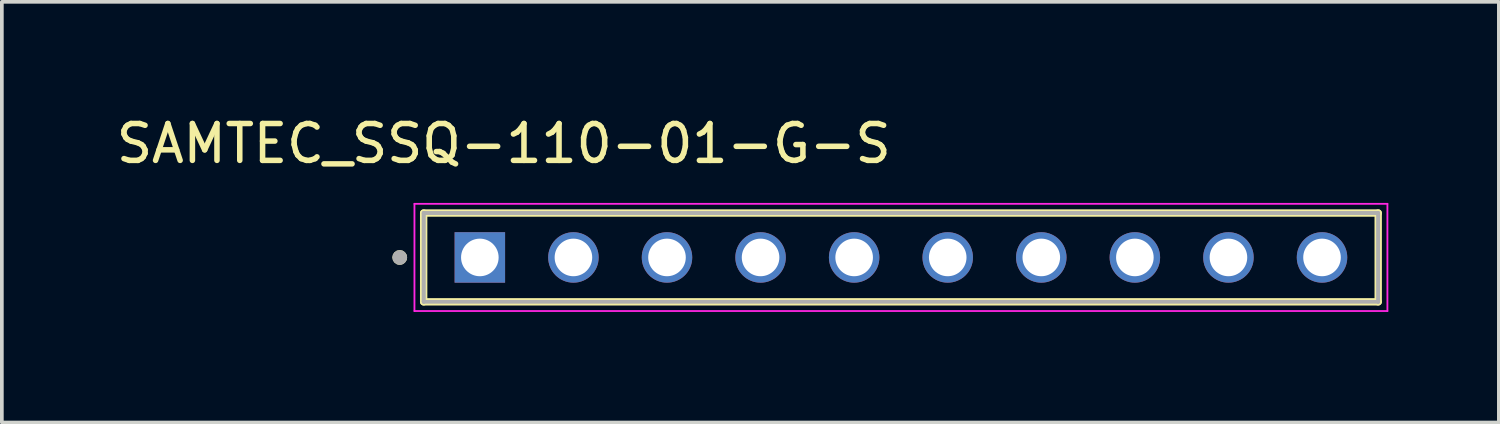
<source format=kicad_pcb>
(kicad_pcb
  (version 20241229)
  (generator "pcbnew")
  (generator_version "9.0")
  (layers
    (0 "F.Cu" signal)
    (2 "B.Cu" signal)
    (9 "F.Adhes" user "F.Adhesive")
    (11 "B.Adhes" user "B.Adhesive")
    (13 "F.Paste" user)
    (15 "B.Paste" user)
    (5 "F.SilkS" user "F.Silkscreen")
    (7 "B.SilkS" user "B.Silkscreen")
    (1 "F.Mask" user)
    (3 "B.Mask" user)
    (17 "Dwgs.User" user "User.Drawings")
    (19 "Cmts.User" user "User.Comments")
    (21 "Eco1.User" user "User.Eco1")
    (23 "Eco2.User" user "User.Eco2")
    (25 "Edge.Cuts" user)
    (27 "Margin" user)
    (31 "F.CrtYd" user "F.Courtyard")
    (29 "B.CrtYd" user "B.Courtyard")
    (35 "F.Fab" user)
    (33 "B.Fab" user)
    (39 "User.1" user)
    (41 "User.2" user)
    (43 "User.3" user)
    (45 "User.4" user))
  (footprint "SAMTEC_SSQ-110-01-G-S"
    (layer "F.Cu")
    (at 21.405 3.938)
    (property "Reference" "SAMTEC_SSQ-110-01-G-S" (at -10.78 -3.09 0) (layer "F.SilkS") (effects (font (size 1 1) (thickness 0.15))))
    (attr through_hole)
    (fp_line (start -12.955 1.205) (end -12.955 -1.205) (stroke (width 0.2) (type solid)) (layer "F.SilkS"))
    (fp_line (start 12.955 -1.205) (end -12.955 -1.205) (stroke (width 0.2) (type solid)) (layer "F.SilkS"))
    (fp_line (start 12.955 -1.205) (end 12.955 1.205) (stroke (width 0.2) (type solid)) (layer "F.SilkS"))
    (fp_line (start 12.955 1.205) (end -12.955 1.205) (stroke (width 0.2) (type solid)) (layer "F.SilkS"))
    (fp_circle (center -13.605 0) (end -13.505 0) (stroke (width 0.2) (type solid)) (fill no) (layer "F.SilkS"))
    (fp_line (start -13.205 -1.455) (end 13.205 -1.455) (stroke (width 0.05) (type solid)) (layer "F.CrtYd"))
    (fp_line (start -13.205 1.455) (end -13.205 -1.455) (stroke (width 0.05) (type solid)) (layer "F.CrtYd"))
    (fp_line (start 13.205 -1.455) (end 13.205 1.455) (stroke (width 0.05) (type solid)) (layer "F.CrtYd"))
    (fp_line (start 13.205 1.455) (end -13.205 1.455) (stroke (width 0.05) (type solid)) (layer "F.CrtYd"))
    (fp_line (start -12.955 -1.205) (end 12.955 -1.205) (stroke (width 0.1) (type solid)) (layer "F.Fab"))
    (fp_line (start -12.955 -1.205) (end 12.955 -1.205) (stroke (width 0.1) (type solid)) (layer "F.Fab"))
    (fp_line (start -12.955 1.205) (end -12.955 -1.205) (stroke (width 0.1) (type solid)) (layer "F.Fab"))
    (fp_line (start -12.955 1.205) (end -12.955 -1.205) (stroke (width 0.1) (type solid)) (layer "F.Fab"))
    (fp_line (start 12.955 -1.205) (end 12.955 1.205) (stroke (width 0.1) (type solid)) (layer "F.Fab"))
    (fp_line (start 12.955 -1.205) (end 12.955 1.205) (stroke (width 0.1) (type solid)) (layer "F.Fab"))
    (fp_line (start 12.955 1.205) (end -12.955 1.205) (stroke (width 0.1) (type solid)) (layer "F.Fab"))
    (fp_circle (center -13.605 0) (end -13.505 0) (stroke (width 0.2) (type solid)) (fill no) (layer "F.Fab"))
    (pad "01" thru_hole rect (at -11.43 0) (size 1.37 1.37) (drill 1.02) (layers "*.Cu" "*.Mask"))
    (pad "02" thru_hole circle (at -8.89 0) (size 1.37 1.37) (drill 1.02) (layers "*.Cu" "*.Mask"))
    (pad "03" thru_hole circle (at -6.35 0) (size 1.37 1.37) (drill 1.02) (layers "*.Cu" "*.Mask"))
    (pad "04" thru_hole circle (at -3.81 0) (size 1.37 1.37) (drill 1.02) (layers "*.Cu" "*.Mask"))
    (pad "05" thru_hole circle (at -1.27 0) (size 1.37 1.37) (drill 1.02) (layers "*.Cu" "*.Mask"))
    (pad "06" thru_hole circle (at 1.27 0) (size 1.37 1.37) (drill 1.02) (layers "*.Cu" "*.Mask"))
    (pad "07" thru_hole circle (at 3.81 0) (size 1.37 1.37) (drill 1.02) (layers "*.Cu" "*.Mask"))
    (pad "08" thru_hole circle (at 6.35 0) (size 1.37 1.37) (drill 1.02) (layers "*.Cu" "*.Mask"))
    (pad "09" thru_hole circle (at 8.89 0) (size 1.37 1.37) (drill 1.02) (layers "*.Cu" "*.Mask"))
    (pad "10" thru_hole circle (at 11.43 0) (size 1.37 1.37) (drill 1.02) (layers "*.Cu" "*.Mask")))
  (gr_rect
    (start -3 -3)
    (end 37.635 8.418)
    (stroke (width 0.1) (type default))
    (fill no)
    (layer "Edge.Cuts")))
</source>
